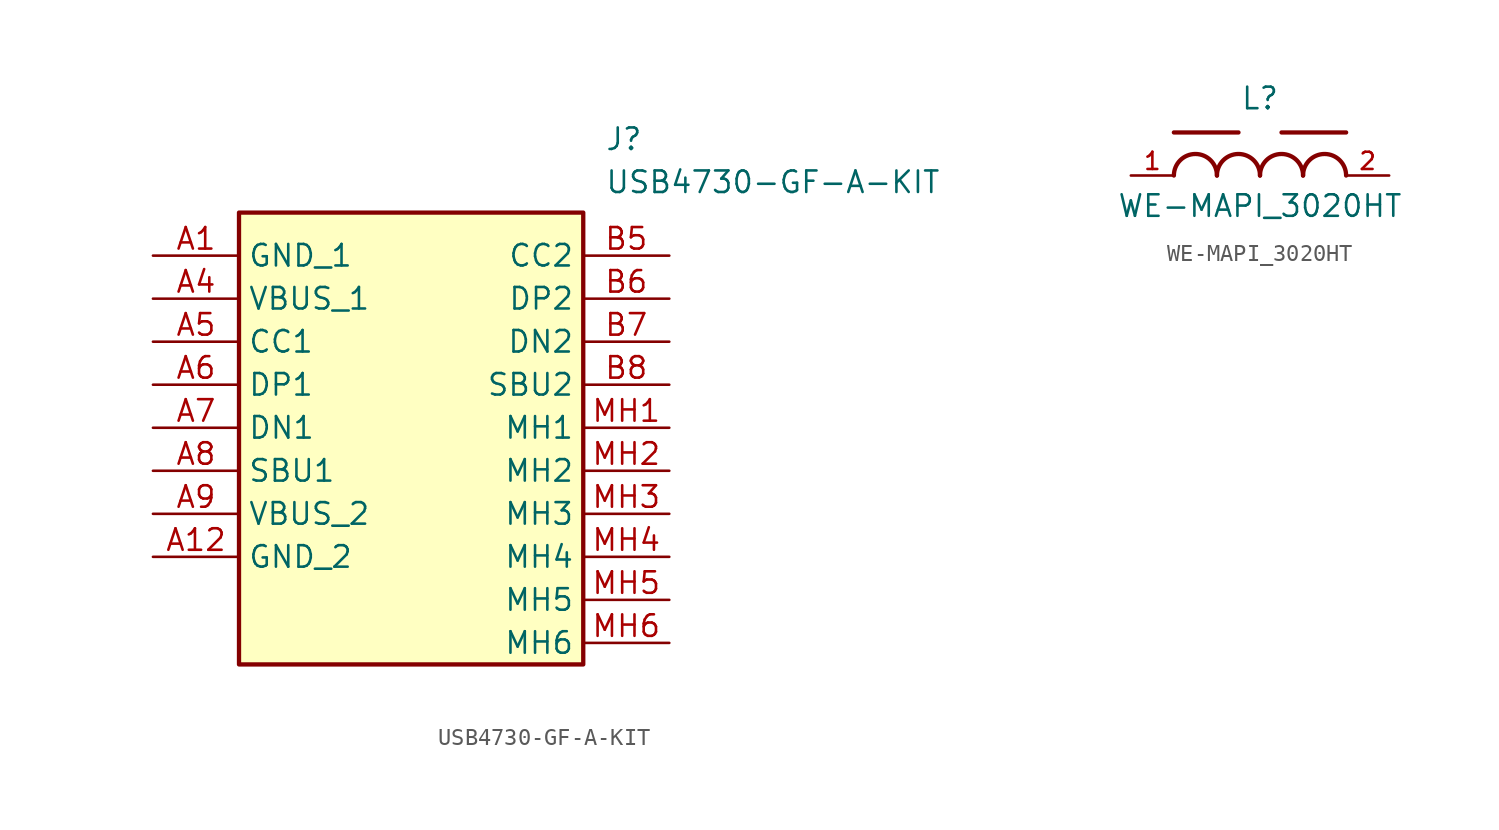
<source format=kicad_sym>
(kicad_symbol_lib
  (version 20241209)
  (generator "kicad_symbol_editor")
  (generator_version "9.0")
  (symbol "USB4730-GF-A-KIT"
    (property "Reference" "J"
      (at 26.67 7.62 0)
      (effects (font (size 1.27 1.27)) (justify left top)))
    (property "Value" "USB4730-GF-A-KIT"
      (at 26.67 5.08 0)
      (effects (font (size 1.27 1.27)) (justify left top)))
    (symbol "USB4730-GF-A-KIT_1_1"
      (rectangle (start 5.08 2.54) (end 25.4 -24.13) (stroke (width 0.254) (type default)) (fill (type background)))
      (pin passive line (at 0 0 0) (length 5.08) (name "GND_1" (effects (font (size 1.27 1.27)))) (number "A1" (effects (font (size 1.27 1.27)))))
      (pin passive line (at 0 -2.54 0) (length 5.08) (name "VBUS_1" (effects (font (size 1.27 1.27)))) (number "A4" (effects (font (size 1.27 1.27)))))
      (pin passive line (at 0 -5.08 0) (length 5.08) (name "CC1" (effects (font (size 1.27 1.27)))) (number "A5" (effects (font (size 1.27 1.27)))))
      (pin passive line (at 0 -7.62 0) (length 5.08) (name "DP1" (effects (font (size 1.27 1.27)))) (number "A6" (effects (font (size 1.27 1.27)))))
      (pin passive line (at 0 -10.16 0) (length 5.08) (name "DN1" (effects (font (size 1.27 1.27)))) (number "A7" (effects (font (size 1.27 1.27)))))
      (pin passive line (at 0 -12.7 0) (length 5.08) (name "SBU1" (effects (font (size 1.27 1.27)))) (number "A8" (effects (font (size 1.27 1.27)))))
      (pin passive line (at 0 -15.24 0) (length 5.08) (name "VBUS_2" (effects (font (size 1.27 1.27)))) (number "A9" (effects (font (size 1.27 1.27)))))
      (pin passive line (at 0 -17.78 0) (length 5.08) (name "GND_2" (effects (font (size 1.27 1.27)))) (number "A12" (effects (font (size 1.27 1.27)))))
      (pin passive line (at 30.48 0 180) (length 5.08) (name "CC2" (effects (font (size 1.27 1.27)))) (number "B5" (effects (font (size 1.27 1.27)))))
      (pin passive line (at 30.48 -2.54 180) (length 5.08) (name "DP2" (effects (font (size 1.27 1.27)))) (number "B6" (effects (font (size 1.27 1.27)))))
      (pin passive line (at 30.48 -5.08 180) (length 5.08) (name "DN2" (effects (font (size 1.27 1.27)))) (number "B7" (effects (font (size 1.27 1.27)))))
      (pin passive line (at 30.48 -7.62 180) (length 5.08) (name "SBU2" (effects (font (size 1.27 1.27)))) (number "B8" (effects (font (size 1.27 1.27)))))
      (pin passive line (at 30.48 -10.16 180) (length 5.08) (name "MH1" (effects (font (size 1.27 1.27)))) (number "MH1" (effects (font (size 1.27 1.27)))))
      (pin passive line (at 30.48 -12.7 180) (length 5.08) (name "MH2" (effects (font (size 1.27 1.27)))) (number "MH2" (effects (font (size 1.27 1.27)))))
      (pin passive line (at 30.48 -15.24 180) (length 5.08) (name "MH3" (effects (font (size 1.27 1.27)))) (number "MH3" (effects (font (size 1.27 1.27)))))
      (pin passive line (at 30.48 -17.78 180) (length 5.08) (name "MH4" (effects (font (size 1.27 1.27)))) (number "MH4" (effects (font (size 1.27 1.27)))))
      (pin passive line (at 30.48 -20.32 180) (length 5.08) (name "MH5" (effects (font (size 1.27 1.27)))) (number "MH5" (effects (font (size 1.27 1.27)))))
      (pin passive line (at 30.48 -22.86 180) (length 5.08) (name "MH6" (effects (font (size 1.27 1.27)))) (number "MH6" (effects (font (size 1.27 1.27)))))))
  (symbol "WE-MAPI_3020HT"
    (pin_names
      (offset 1.016))
    (property "Reference" "L"
      (at 0 3.81 0)
      (effects (font (size 1.27 1.27)) (justify bottom)))
    (property "Value" "WE-MAPI_3020HT"
      (at 0 -2.54 0)
      (effects (font (size 1.27 1.27)) (justify bottom)))
    (symbol "WE-MAPI_3020HT_0_0"
      (polyline (pts (xy -5.08 2.54) (xy -1.27 2.54)) (stroke (width 0.254) (type default)) (fill (type none)))
      (arc (start -5.08 0) (mid -3.81 1.2645) (end -2.54 0) (stroke (width 0.254) (type default)) (fill (type none)))
      (arc (start -2.54 0) (mid -1.27 1.2645) (end 0 0) (stroke (width 0.254) (type default)) (fill (type none)))
      (polyline (pts (xy 1.27 2.54) (xy 5.08 2.54)) (stroke (width 0.254) (type default)) (fill (type none)))
      (arc (start 0 0) (mid 1.27 1.2645) (end 2.54 0) (stroke (width 0.254) (type default)) (fill (type none)))
      (arc (start 2.54 0) (mid 3.81 1.2645) (end 5.08 0) (stroke (width 0.254) (type default)) (fill (type none)))
      (pin passive line (at -7.62 0 0) (length 2.54) (name "~" (effects (font (size 1.016 1.016)))) (number "1" (effects (font (size 1.016 1.016)))))
      (pin passive line (at 7.62 0 180) (length 2.54) (name "~" (effects (font (size 1.016 1.016)))) (number "2" (effects (font (size 1.016 1.016))))))))
</source>
